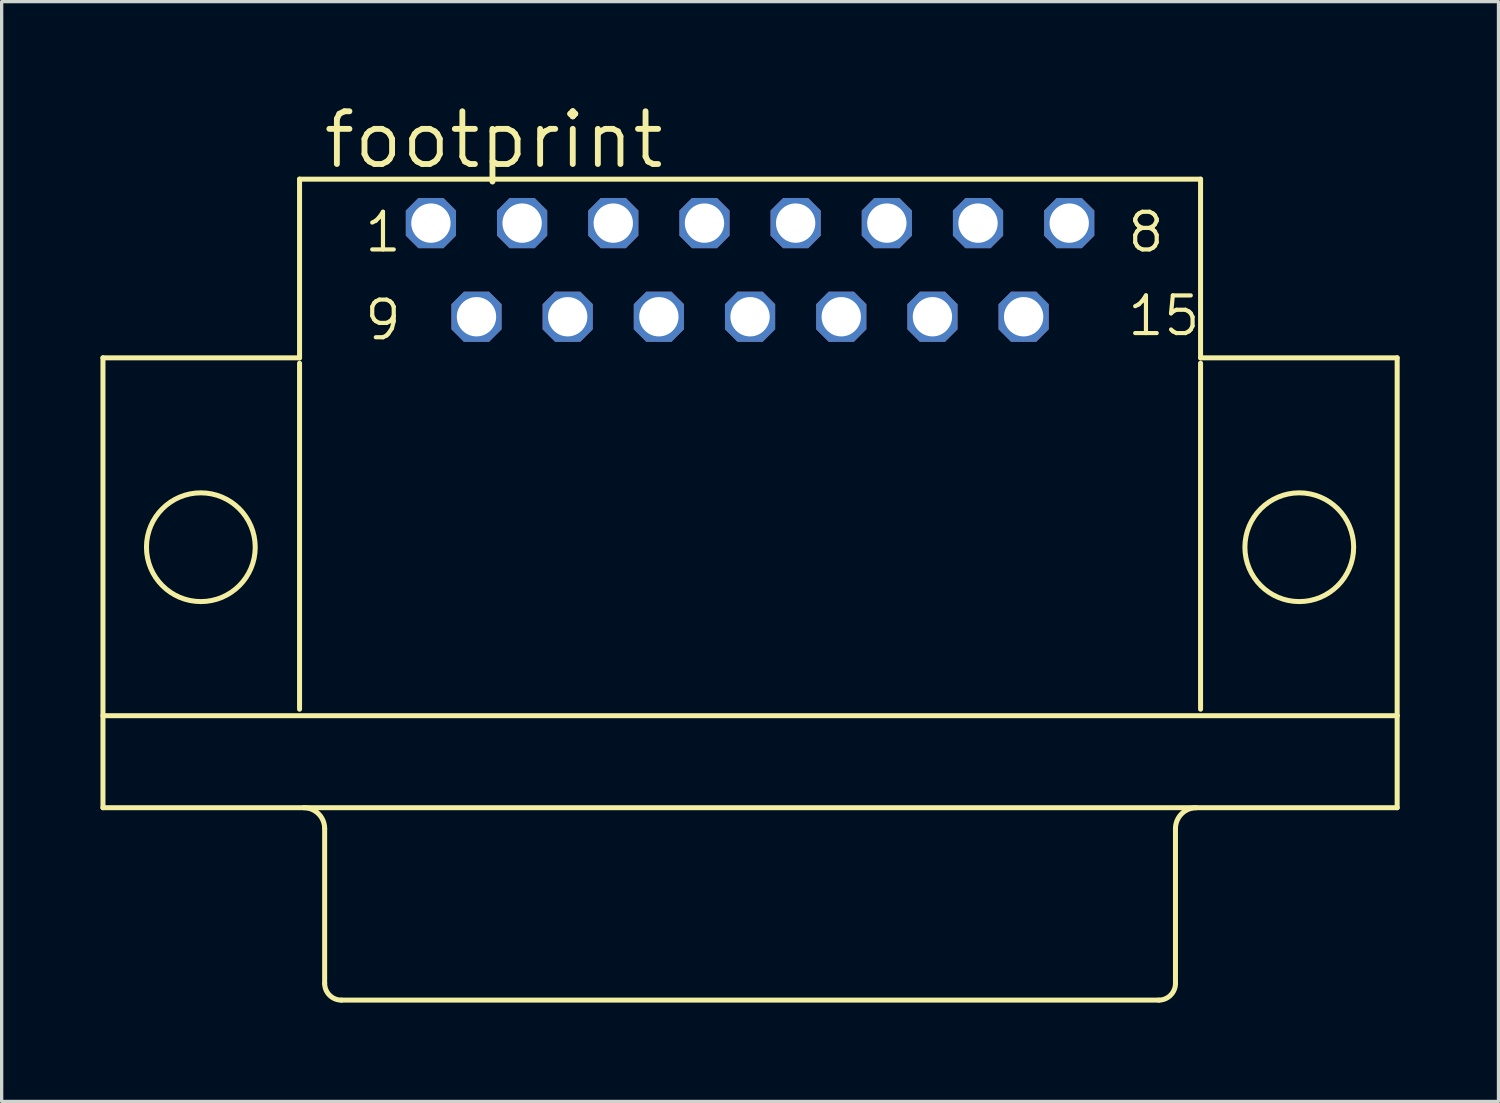
<source format=kicad_pcb>
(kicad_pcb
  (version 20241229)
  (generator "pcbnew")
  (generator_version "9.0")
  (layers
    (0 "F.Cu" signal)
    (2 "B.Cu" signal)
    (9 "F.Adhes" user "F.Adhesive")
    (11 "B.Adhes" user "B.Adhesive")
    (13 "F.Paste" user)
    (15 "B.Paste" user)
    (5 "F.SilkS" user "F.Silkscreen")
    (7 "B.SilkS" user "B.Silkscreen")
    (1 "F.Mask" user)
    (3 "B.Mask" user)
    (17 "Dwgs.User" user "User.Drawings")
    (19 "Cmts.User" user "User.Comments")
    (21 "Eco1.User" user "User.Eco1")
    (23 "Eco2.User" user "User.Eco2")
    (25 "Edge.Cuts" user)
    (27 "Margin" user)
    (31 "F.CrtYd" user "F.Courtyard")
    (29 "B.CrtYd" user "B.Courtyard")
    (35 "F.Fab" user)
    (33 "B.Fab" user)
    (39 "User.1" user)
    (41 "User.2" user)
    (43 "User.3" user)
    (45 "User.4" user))
  (footprint "footprint"
    (layer "F.Cu")
    (at 19.723 13.564)
    (property "Reference" "footprint" (at -13.043 -11.43 0) (layer "F.SilkS") (effects (font (size 1.6 1.6) (thickness 0.178)) (justify left bottom)))
    (fp_line (start -19.647 -5.75) (end -19.647 7.909) (stroke (width 0.152) (type solid)) (layer "F.SilkS"))
    (fp_line (start -13.678 -11.175) (end -13.678 -5.75) (stroke (width 0.152) (type solid)) (layer "F.SilkS"))
    (fp_line (start -13.678 -5.75) (end -19.647 -5.75) (stroke (width 0.152) (type solid)) (layer "F.SilkS"))
    (fp_line (start -13.678 -5.587) (end -13.678 4.918) (stroke (width 0.152) (type solid)) (layer "F.SilkS"))
    (fp_line (start -12.916 8.544) (end -12.916 13.243) (stroke (width 0.152) (type solid)) (layer "F.SilkS"))
    (fp_line (start 12.408 13.751) (end -12.408 13.751) (stroke (width 0.152) (type solid)) (layer "F.SilkS"))
    (fp_line (start 12.916 8.544) (end 12.916 13.243) (stroke (width 0.152) (type solid)) (layer "F.SilkS"))
    (fp_line (start 13.678 -11.175) (end -13.678 -11.175) (stroke (width 0.152) (type solid)) (layer "F.SilkS"))
    (fp_line (start 13.678 -5.75) (end 13.678 -11.175) (stroke (width 0.152) (type solid)) (layer "F.SilkS"))
    (fp_line (start 13.678 4.918) (end 13.678 -5.587) (stroke (width 0.152) (type solid)) (layer "F.SilkS"))
    (fp_line (start 19.647 -5.75) (end 13.678 -5.75) (stroke (width 0.152) (type solid)) (layer "F.SilkS"))
    (fp_line (start 19.647 -5.75) (end 19.647 5.115) (stroke (width 0.152) (type solid)) (layer "F.SilkS"))
    (fp_line (start 19.647 5.115) (end -19.647 5.115) (stroke (width 0.152) (type solid)) (layer "F.SilkS"))
    (fp_line (start 19.647 5.115) (end 19.647 7.909) (stroke (width 0.152) (type solid)) (layer "F.SilkS"))
    (fp_line (start 19.647 7.909) (end -19.647 7.909) (stroke (width 0.152) (type solid)) (layer "F.SilkS"))
    (fp_arc (start -13.5509 7.909) (mid -13.101887 8.094987) (end -12.9159 8.544) (stroke (width 0.1524) (type solid)) (layer "F.SilkS"))
    (fp_arc (start -12.4079 13.751) (mid -12.76711 13.60221) (end -12.9159 13.243) (stroke (width 0.1524) (type solid)) (layer "F.SilkS"))
    (fp_arc (start 12.9159 8.544) (mid 13.101887 8.094987) (end 13.5509 7.909) (stroke (width 0.1524) (type solid)) (layer "F.SilkS"))
    (fp_arc (start 12.9159 13.243) (mid 12.76711 13.60221) (end 12.4079 13.751) (stroke (width 0.1524) (type solid)) (layer "F.SilkS"))
    (fp_circle (center -16.675 0) (end -15.024 0) (stroke (width 0.152) (type solid)) (fill no) (layer "F.SilkS"))
    (fp_circle (center 16.675 0) (end 18.326 0) (stroke (width 0.152) (type solid)) (fill no) (layer "F.SilkS"))
    (fp_text user "15" (at 11.392 -6.355 0) (layer "F.SilkS") (effects (font (size 1.143 1.143) (thickness 0.127)) (justify left bottom)))
    (fp_text user "9" (at -11.773 -6.228 0) (layer "F.SilkS") (effects (font (size 1.143 1.143) (thickness 0.127)) (justify left bottom)))
    (fp_text user "1" (at -11.773 -8.895 0) (layer "F.SilkS") (effects (font (size 1.143 1.143) (thickness 0.127)) (justify left bottom)))
    (fp_text user "8" (at 11.392 -8.895 0) (layer "F.SilkS") (effects (font (size 1.143 1.143) (thickness 0.127)) (justify left bottom)))
    (pad "1" thru_hole roundrect (at -9.69 -9.84) (size 1.524 1.524) (drill 1.194) (layers "*.Cu" "*.Mask") (roundrect_rratio 0.25) (chamfer_ratio 0.25) (chamfer top_left top_right bottom_left bottom_right))
    (pad "2" thru_hole roundrect (at -6.921 -9.84) (size 1.524 1.524) (drill 1.194) (layers "*.Cu" "*.Mask") (roundrect_rratio 0.25) (chamfer_ratio 0.25) (chamfer top_left top_right bottom_left bottom_right))
    (pad "3" thru_hole roundrect (at -4.153 -9.84) (size 1.524 1.524) (drill 1.194) (layers "*.Cu" "*.Mask") (roundrect_rratio 0.25) (chamfer_ratio 0.25) (chamfer top_left top_right bottom_left bottom_right))
    (pad "4" thru_hole roundrect (at -1.384 -9.84) (size 1.524 1.524) (drill 1.194) (layers "*.Cu" "*.Mask") (roundrect_rratio 0.25) (chamfer_ratio 0.25) (chamfer top_left top_right bottom_left bottom_right))
    (pad "5" thru_hole roundrect (at 1.384 -9.84) (size 1.524 1.524) (drill 1.194) (layers "*.Cu" "*.Mask") (roundrect_rratio 0.25) (chamfer_ratio 0.25) (chamfer top_left top_right bottom_left bottom_right))
    (pad "6" thru_hole roundrect (at 4.153 -9.84) (size 1.524 1.524) (drill 1.194) (layers "*.Cu" "*.Mask") (roundrect_rratio 0.25) (chamfer_ratio 0.25) (chamfer top_left top_right bottom_left bottom_right))
    (pad "7" thru_hole roundrect (at 6.921 -9.84) (size 1.524 1.524) (drill 1.194) (layers "*.Cu" "*.Mask") (roundrect_rratio 0.25) (chamfer_ratio 0.25) (chamfer top_left top_right bottom_left bottom_right))
    (pad "8" thru_hole roundrect (at 9.69 -9.84) (size 1.524 1.524) (drill 1.194) (layers "*.Cu" "*.Mask") (roundrect_rratio 0.25) (chamfer_ratio 0.25) (chamfer top_left top_right bottom_left bottom_right))
    (pad "9" thru_hole roundrect (at -8.306 -6.997) (size 1.524 1.524) (drill 1.194) (layers "*.Cu" "*.Mask") (roundrect_rratio 0.25) (chamfer_ratio 0.25) (chamfer top_left top_right bottom_left bottom_right))
    (pad "10" thru_hole roundrect (at -5.537 -6.997) (size 1.524 1.524) (drill 1.194) (layers "*.Cu" "*.Mask") (roundrect_rratio 0.25) (chamfer_ratio 0.25) (chamfer top_left top_right bottom_left bottom_right))
    (pad "11" thru_hole roundrect (at -2.769 -6.997) (size 1.524 1.524) (drill 1.194) (layers "*.Cu" "*.Mask") (roundrect_rratio 0.25) (chamfer_ratio 0.25) (chamfer top_left top_right bottom_left bottom_right))
    (pad "12" thru_hole roundrect (at 0 -6.997) (size 1.524 1.524) (drill 1.194) (layers "*.Cu" "*.Mask") (roundrect_rratio 0.25) (chamfer_ratio 0.25) (chamfer top_left top_right bottom_left bottom_right))
    (pad "13" thru_hole roundrect (at 2.769 -6.997) (size 1.524 1.524) (drill 1.194) (layers "*.Cu" "*.Mask") (roundrect_rratio 0.25) (chamfer_ratio 0.25) (chamfer top_left top_right bottom_left bottom_right))
    (pad "14" thru_hole roundrect (at 5.537 -6.997) (size 1.524 1.524) (drill 1.194) (layers "*.Cu" "*.Mask") (roundrect_rratio 0.25) (chamfer_ratio 0.25) (chamfer top_left top_right bottom_left bottom_right))
    (pad "15" thru_hole roundrect (at 8.306 -6.997) (size 1.524 1.524) (drill 1.194) (layers "*.Cu" "*.Mask") (roundrect_rratio 0.25) (chamfer_ratio 0.25) (chamfer top_left top_right bottom_left bottom_right)))
  (gr_rect
    (start -3 -3)
    (end 42.446 30.391)
    (stroke (width 0.1) (type default))
    (fill no)
    (layer "Edge.Cuts")))
</source>
